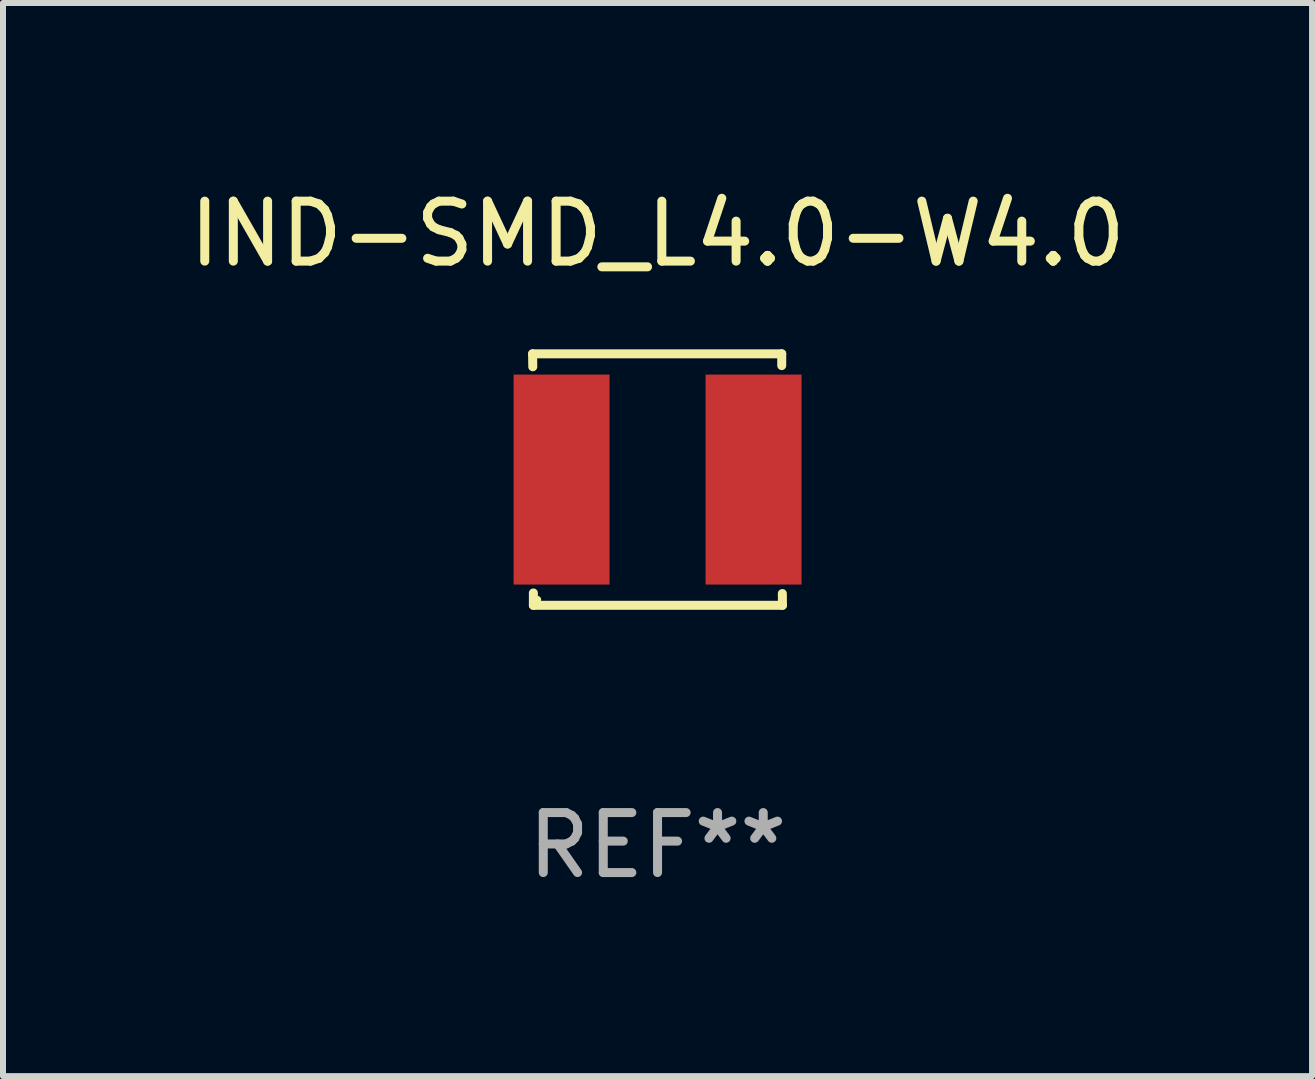
<source format=kicad_pcb>
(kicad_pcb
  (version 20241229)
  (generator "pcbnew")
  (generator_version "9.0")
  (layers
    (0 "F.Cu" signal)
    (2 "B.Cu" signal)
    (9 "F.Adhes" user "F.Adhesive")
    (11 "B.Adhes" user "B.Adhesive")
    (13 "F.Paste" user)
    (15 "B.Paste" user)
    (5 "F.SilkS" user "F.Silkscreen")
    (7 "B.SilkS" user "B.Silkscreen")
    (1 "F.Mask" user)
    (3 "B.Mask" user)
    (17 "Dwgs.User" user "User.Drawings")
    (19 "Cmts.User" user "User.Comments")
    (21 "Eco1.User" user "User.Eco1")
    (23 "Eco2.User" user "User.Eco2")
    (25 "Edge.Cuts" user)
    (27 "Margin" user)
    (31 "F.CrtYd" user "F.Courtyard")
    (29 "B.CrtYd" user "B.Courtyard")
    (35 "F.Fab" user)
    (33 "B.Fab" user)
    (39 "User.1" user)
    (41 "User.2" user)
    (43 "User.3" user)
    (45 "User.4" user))
  (footprint "IND-SMD_L4.0-W4.0"
    (layer "F.Cu")
    (at 7.911 4.944)
    (property "Reference" "IND-SMD_L4.0-W4.0" (at -0.000178 -4.096 0) (layer "F.SilkS") (effects (font (size 1 1) (thickness 0.15))))
    (attr smd)
    (fp_line (start -2.083 -2.096) (end -2.08 -1.88) (stroke (width 0.15) (type solid)) (layer "F.SilkS"))
    (fp_line (start -2.07 1.89) (end -2.07 2.096) (stroke (width 0.15) (type solid)) (layer "F.SilkS"))
    (fp_line (start -2.07 2.096) (end 2.082 2.096) (stroke (width 0.15) (type solid)) (layer "F.SilkS"))
    (fp_line (start 2.07 -1.9) (end 2.07 -2.096) (stroke (width 0.15) (type solid)) (layer "F.SilkS"))
    (fp_line (start 2.07 -2.096) (end -2.083 -2.096) (stroke (width 0.15) (type solid)) (layer "F.SilkS"))
    (fp_line (start 2.082 2.096) (end 2.08 1.9) (stroke (width 0.15) (type solid)) (layer "F.SilkS"))
    (fp_circle (center -2 2) (end -1.97 2) (stroke (width 0.06) (type solid)) (fill no) (layer "F.SilkS"))
    (fp_text user "REF**" (at -0.000178 6.096 0) (layer "F.Fab") (effects (font (size 1 1) (thickness 0.15))))
    (pad "1" smd rect (at -1.6 0) (size 1.6 3.5) (layers "F.Cu" "F.Mask" "F.Paste"))
    (pad "2" smd rect (at 1.6 0) (size 1.6 3.5) (layers "F.Cu" "F.Mask" "F.Paste")))
  (gr_rect
    (start -3 -3)
    (end 18.821 14.888)
    (stroke (width 0.1) (type default))
    (fill no)
    (layer "Edge.Cuts")))
</source>
